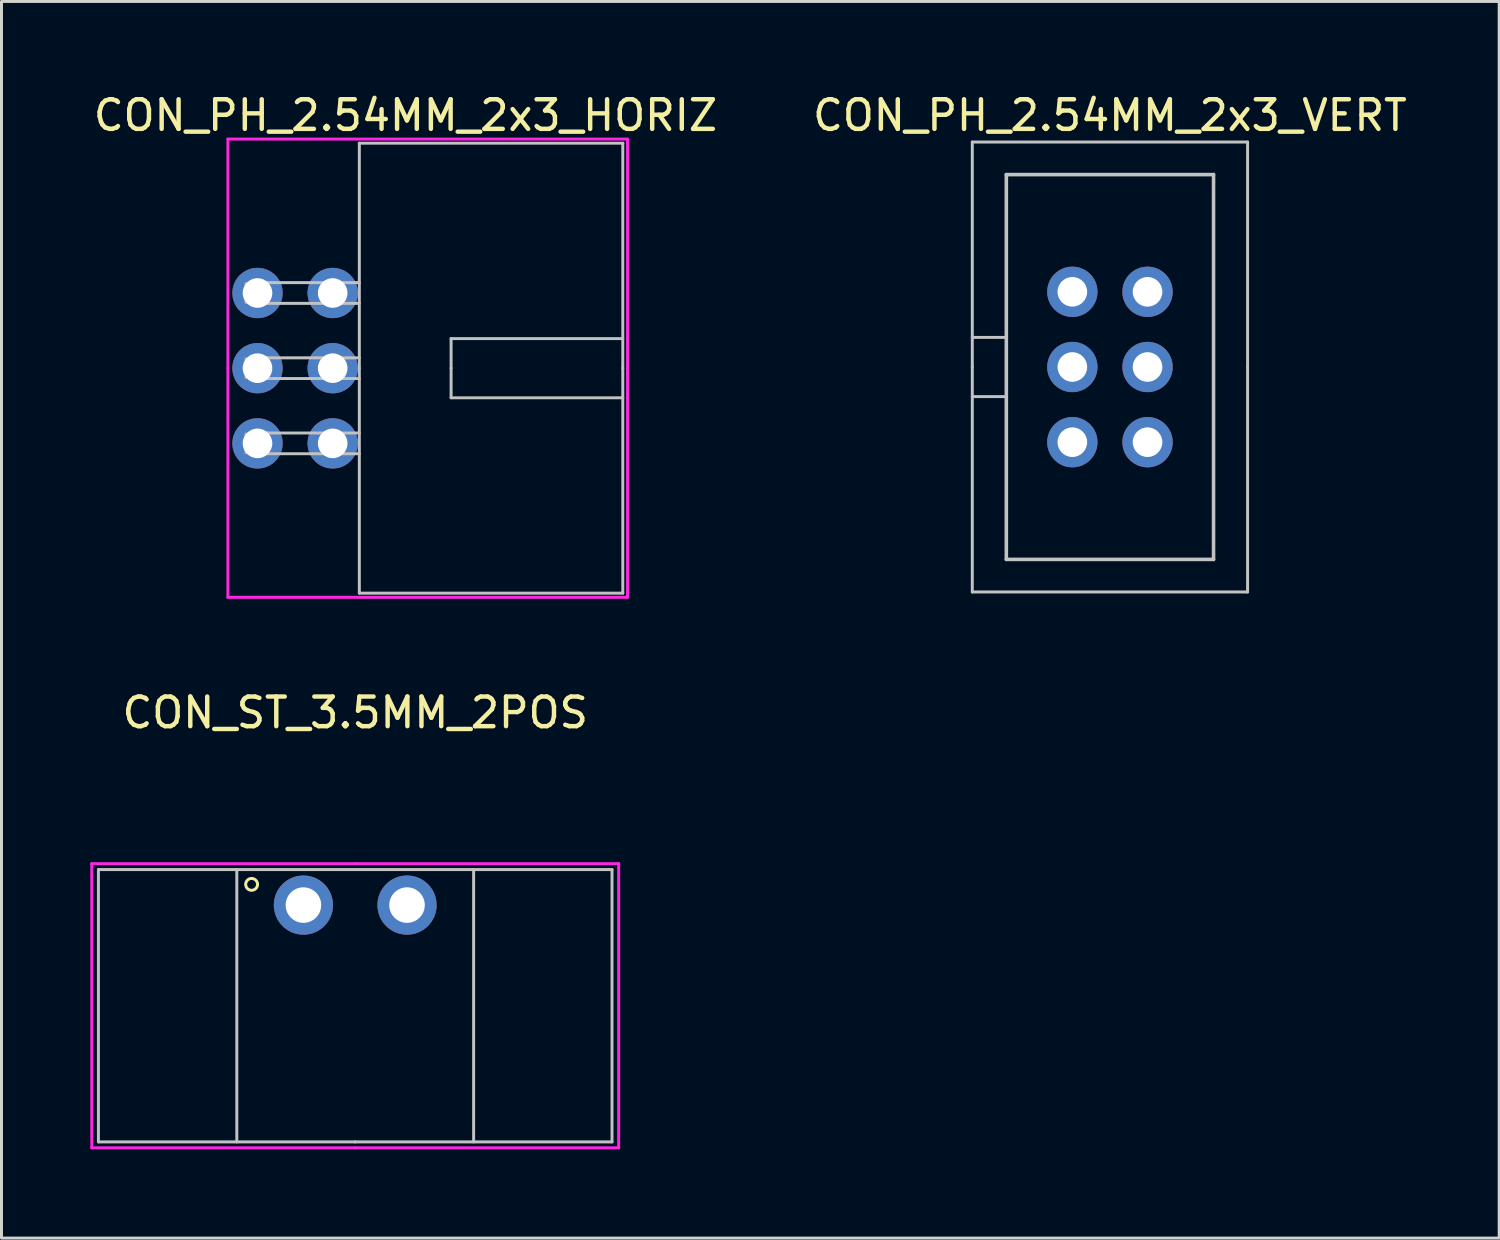
<source format=kicad_pcb>
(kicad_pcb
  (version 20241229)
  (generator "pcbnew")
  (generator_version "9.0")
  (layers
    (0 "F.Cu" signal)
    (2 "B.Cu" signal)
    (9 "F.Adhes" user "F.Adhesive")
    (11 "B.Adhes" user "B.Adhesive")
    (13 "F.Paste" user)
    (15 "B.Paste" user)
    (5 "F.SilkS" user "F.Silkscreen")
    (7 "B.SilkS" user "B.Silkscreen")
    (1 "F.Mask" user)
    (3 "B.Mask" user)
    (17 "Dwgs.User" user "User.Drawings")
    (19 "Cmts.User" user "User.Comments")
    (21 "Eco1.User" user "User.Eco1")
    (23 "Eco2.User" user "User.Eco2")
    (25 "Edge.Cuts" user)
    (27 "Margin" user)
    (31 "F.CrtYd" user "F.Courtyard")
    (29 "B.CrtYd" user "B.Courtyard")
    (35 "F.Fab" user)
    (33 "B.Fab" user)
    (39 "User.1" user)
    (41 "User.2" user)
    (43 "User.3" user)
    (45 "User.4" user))
  (footprint "CON_ST_3.5MM_2POS"
    (layer "F.Cu")
    (at 8.95 27.526)
    (property "Reference" "CON_ST_3.5MM_2POS" (at 0 -6.5 0) (unlocked yes) (layer "F.SilkS") (effects (font (size 1 1) (thickness 0.15))))
    (attr through_hole)
    (fp_circle (center -3.5 -0.7) (end -3.3 -0.7) (stroke (width 0.1) (type default)) (fill no) (layer "F.SilkS"))
    (fp_line (start -8.675 8) (end -8.675 -1.2) (stroke (width 0.1) (type default)) (layer "Dwgs.User"))
    (fp_line (start -4 8) (end -4 -1.2) (stroke (width 0.1) (type default)) (layer "Dwgs.User"))
    (fp_line (start 0 8) (end -8.675 8) (stroke (width 0.1) (type default)) (layer "Dwgs.User"))
    (fp_line (start 0 8) (end 8.675 8) (stroke (width 0.1) (type default)) (layer "Dwgs.User"))
    (fp_line (start 4 8) (end 4 -1.2) (stroke (width 0.1) (type default)) (layer "Dwgs.User"))
    (fp_line (start 8.675 -1.2) (end -8.675 -1.2) (stroke (width 0.1) (type default)) (layer "Dwgs.User"))
    (fp_line (start 8.675 8) (end 8.675 -1.2) (stroke (width 0.1) (type default)) (layer "Dwgs.User"))
    (fp_line (start -8.9 -1.4) (end 0 -1.4) (stroke (width 0.1) (type default)) (layer "F.CrtYd"))
    (fp_line (start -8.9 8.2) (end -8.9 -1.4) (stroke (width 0.1) (type default)) (layer "F.CrtYd"))
    (fp_line (start -8.9 8.2) (end 0 8.2) (stroke (width 0.1) (type default)) (layer "F.CrtYd"))
    (fp_line (start 0 8.2) (end 8.9 8.2) (stroke (width 0.1) (type default)) (layer "F.CrtYd"))
    (fp_line (start 8.9 -1.4) (end 0 -1.4) (stroke (width 0.1) (type default)) (layer "F.CrtYd"))
    (fp_line (start 8.9 8.2) (end 8.9 -1.4) (stroke (width 0.1) (type default)) (layer "F.CrtYd"))
    (pad "" thru_hole circle (at -6.05 0.9) (size 0.001 0.001) (drill 2.4) (layers "*.Cu" "*.Mask"))
    (pad "" thru_hole circle (at 6.05 0.9) (size 0.001 0.001) (drill 2.4) (layers "*.Cu" "*.Mask"))
    (pad "1" thru_hole circle (at -1.75 0) (size 2 2) (drill 1.2) (layers "*.Cu" "*.Mask"))
    (pad "2" thru_hole circle (at 1.75 0) (size 2 2) (drill 1.2) (layers "*.Cu" "*.Mask")))
  (footprint "CON_PH_2.54MM_2x3_VERT"
    (layer "F.Cu")
    (at 34.446 9.348)
    (property "Reference" "CON_PH_2.54MM_2x3_VERT" (at 0 -8.5 0) (layer "F.SilkS") (effects (font (size 1 1) (thickness 0.15))))
    (attr through_hole)
    (fp_line (start -4.65 -7.6) (end 4.65 -7.6) (stroke (width 0.1) (type default)) (layer "Dwgs.User"))
    (fp_line (start -4.65 0) (end -4.65 -7.6) (stroke (width 0.1) (type default)) (layer "Dwgs.User"))
    (fp_line (start -4.65 7.6) (end -4.65 0) (stroke (width 0.1) (type default)) (layer "Dwgs.User"))
    (fp_line (start -4.65 7.6) (end 4.65 7.6) (stroke (width 0.1) (type default)) (layer "Dwgs.User"))
    (fp_line (start -3.5 -6.5) (end -3.5 6.5) (stroke (width 0.12) (type default)) (layer "Dwgs.User"))
    (fp_line (start -3.5 -1) (end -4.65 -1) (stroke (width 0.1) (type default)) (layer "Dwgs.User"))
    (fp_line (start -3.5 1) (end -4.65 1) (stroke (width 0.1) (type default)) (layer "Dwgs.User"))
    (fp_line (start -3.5 6.5) (end 3.5 6.5) (stroke (width 0.12) (type default)) (layer "Dwgs.User"))
    (fp_line (start 3.5 -6.5) (end -3.5 -6.5) (stroke (width 0.12) (type default)) (layer "Dwgs.User"))
    (fp_line (start 3.5 6.5) (end 3.5 -6.5) (stroke (width 0.12) (type default)) (layer "Dwgs.User"))
    (fp_line (start 4.65 0) (end 4.65 -7.6) (stroke (width 0.1) (type default)) (layer "Dwgs.User"))
    (fp_line (start 4.65 7.6) (end 4.65 0) (stroke (width 0.1) (type default)) (layer "Dwgs.User"))
    (pad "1" thru_hole circle (at -1.27 -2.54) (size 1.7 1.7) (drill 1) (layers "*.Cu" "*.Mask"))
    (pad "2" thru_hole oval (at 1.27 -2.54) (size 1.7 1.7) (drill 1) (layers "*.Cu" "*.Mask"))
    (pad "3" thru_hole oval (at -1.27 0) (size 1.7 1.7) (drill 1) (layers "*.Cu" "*.Mask"))
    (pad "4" thru_hole oval (at 1.27 0) (size 1.7 1.7) (drill 1) (layers "*.Cu" "*.Mask"))
    (pad "5" thru_hole oval (at -1.27 2.54) (size 1.7 1.7) (drill 1) (layers "*.Cu" "*.Mask"))
    (pad "6" thru_hole oval (at 1.27 2.54) (size 1.7 1.7) (drill 1) (layers "*.Cu" "*.Mask")))
  (footprint "CON_PH_2.54MM_2x3_HORIZ"
    (layer "F.Cu")
    (at 5.649 6.848)
    (property "Reference" "CON_PH_2.54MM_2x3_HORIZ" (at 5 -6 0) (layer "F.SilkS") (effects (font (size 1 1) (thickness 0.15))))
    (attr through_hole)
    (fp_line (start -0.16 -0.35) (end -0.16 0.35) (stroke (width 0.1) (type default)) (layer "Dwgs.User"))
    (fp_line (start -0.16 0.35) (end 3.44 0.35) (stroke (width 0.1) (type default)) (layer "Dwgs.User"))
    (fp_line (start -0.16 2.19) (end -0.16 2.89) (stroke (width 0.1) (type default)) (layer "Dwgs.User"))
    (fp_line (start -0.16 2.89) (end 3.44 2.89) (stroke (width 0.1) (type default)) (layer "Dwgs.User"))
    (fp_line (start -0.16 4.73) (end -0.16 5.43) (stroke (width 0.1) (type default)) (layer "Dwgs.User"))
    (fp_line (start -0.16 5.43) (end 3.44 5.43) (stroke (width 0.1) (type default)) (layer "Dwgs.User"))
    (fp_line (start 0.34 -0.35) (end 0.34 0.35) (stroke (width 0.1) (type default)) (layer "Dwgs.User"))
    (fp_line (start 0.34 2.19) (end 0.34 2.89) (stroke (width 0.1) (type default)) (layer "Dwgs.User"))
    (fp_line (start 0.34 4.73) (end 0.34 5.43) (stroke (width 0.1) (type default)) (layer "Dwgs.User"))
    (fp_line (start 2.34 -0.35) (end 2.34 0.35) (stroke (width 0.1) (type default)) (layer "Dwgs.User"))
    (fp_line (start 2.34 2.19) (end 2.34 2.89) (stroke (width 0.1) (type default)) (layer "Dwgs.User"))
    (fp_line (start 2.34 4.73) (end 2.34 5.43) (stroke (width 0.12) (type default)) (layer "Dwgs.User"))
    (fp_line (start 2.74 -0.35) (end 2.74 0.35) (stroke (width 0.1) (type default)) (layer "Dwgs.User"))
    (fp_line (start 2.74 2.19) (end 2.74 2.89) (stroke (width 0.1) (type default)) (layer "Dwgs.User"))
    (fp_line (start 2.74 4.73) (end 2.74 5.43) (stroke (width 0.12) (type default)) (layer "Dwgs.User"))
    (fp_line (start 3.44 -5.06) (end 12.34 -5.06) (stroke (width 0.1) (type default)) (layer "Dwgs.User"))
    (fp_line (start 3.44 -0.35) (end -0.16 -0.35) (stroke (width 0.1) (type default)) (layer "Dwgs.User"))
    (fp_line (start 3.44 2.19) (end -0.16 2.19) (stroke (width 0.1) (type default)) (layer "Dwgs.User"))
    (fp_line (start 3.44 2.54) (end 3.44 -5.06) (stroke (width 0.1) (type default)) (layer "Dwgs.User"))
    (fp_line (start 3.44 2.54) (end 3.44 10.14) (stroke (width 0.1) (type default)) (layer "Dwgs.User"))
    (fp_line (start 3.44 4.73) (end -0.16 4.73) (stroke (width 0.1) (type default)) (layer "Dwgs.User"))
    (fp_line (start 3.44 10.14) (end 12.34 10.14) (stroke (width 0.1) (type default)) (layer "Dwgs.User"))
    (fp_line (start 6.54 2.54) (end 6.54 1.54) (stroke (width 0.1) (type default)) (layer "Dwgs.User"))
    (fp_line (start 6.54 2.54) (end 6.54 3.54) (stroke (width 0.1) (type default)) (layer "Dwgs.User"))
    (fp_line (start 12.34 1.54) (end 6.54 1.54) (stroke (width 0.1) (type default)) (layer "Dwgs.User"))
    (fp_line (start 12.34 2.54) (end 12.34 -5.06) (stroke (width 0.1) (type default)) (layer "Dwgs.User"))
    (fp_line (start 12.34 3.54) (end 6.54 3.54) (stroke (width 0.1) (type default)) (layer "Dwgs.User"))
    (fp_line (start 12.34 10.14) (end 12.34 2.54) (stroke (width 0.1) (type default)) (layer "Dwgs.User"))
    (fp_line (start -1 -5.2) (end -1 2.54) (stroke (width 0.1) (type default)) (layer "F.CrtYd"))
    (fp_line (start -1 10.28) (end -1 2.54) (stroke (width 0.1) (type default)) (layer "F.CrtYd"))
    (fp_line (start 12.5 -5.2) (end -1 -5.2) (stroke (width 0.1) (type default)) (layer "F.CrtYd"))
    (fp_line (start 12.5 -5.2) (end 12.5 2.54) (stroke (width 0.1) (type default)) (layer "F.CrtYd"))
    (fp_line (start 12.5 10.28) (end -1 10.28) (stroke (width 0.1) (type default)) (layer "F.CrtYd"))
    (fp_line (start 12.5 10.28) (end 12.5 2.54) (stroke (width 0.1) (type default)) (layer "F.CrtYd"))
    (fp_line (start -0.39 -0.32) (end -0.39 0.32) (stroke (width 0.1) (type solid)) (layer "F.Fab"))
    (fp_line (start -0.39 2.22) (end -0.39 2.86) (stroke (width 0.1) (type solid)) (layer "F.Fab"))
    (fp_line (start -0.39 4.76) (end -0.39 5.4) (stroke (width 0.1) (type solid)) (layer "F.Fab"))
    (pad "1" thru_hole circle (at 0 0) (size 1.7 1.7) (drill 1) (layers "*.Cu" "*.Mask"))
    (pad "2" thru_hole oval (at 2.54 0) (size 1.7 1.7) (drill 1) (layers "*.Cu" "*.Mask"))
    (pad "3" thru_hole oval (at 0 2.54) (size 1.7 1.7) (drill 1) (layers "*.Cu" "*.Mask"))
    (pad "4" thru_hole oval (at 2.54 2.54) (size 1.7 1.7) (drill 1) (layers "*.Cu" "*.Mask"))
    (pad "5" thru_hole oval (at 0 5.08) (size 1.7 1.7) (drill 1) (layers "*.Cu" "*.Mask"))
    (pad "6" thru_hole oval (at 2.54 5.08) (size 1.7 1.7) (drill 1) (layers "*.Cu" "*.Mask")))
  (gr_rect
    (start -3 -3)
    (end 47.595 38.776)
    (stroke (width 0.1) (type default))
    (fill no)
    (layer "Edge.Cuts")))
</source>
